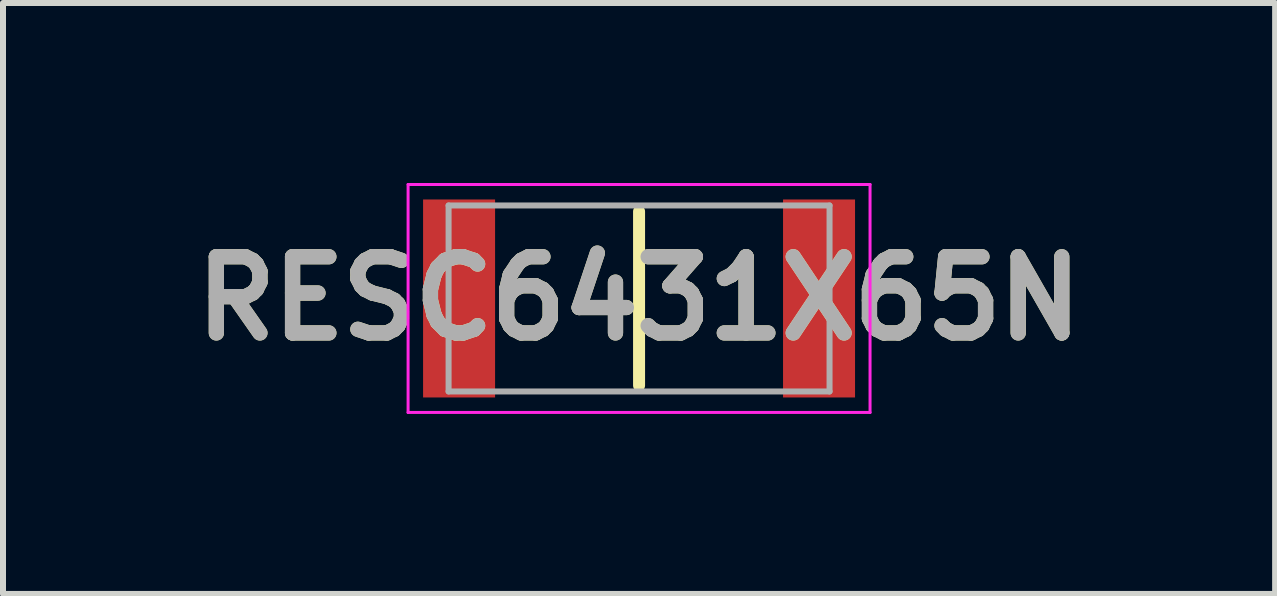
<source format=kicad_pcb>
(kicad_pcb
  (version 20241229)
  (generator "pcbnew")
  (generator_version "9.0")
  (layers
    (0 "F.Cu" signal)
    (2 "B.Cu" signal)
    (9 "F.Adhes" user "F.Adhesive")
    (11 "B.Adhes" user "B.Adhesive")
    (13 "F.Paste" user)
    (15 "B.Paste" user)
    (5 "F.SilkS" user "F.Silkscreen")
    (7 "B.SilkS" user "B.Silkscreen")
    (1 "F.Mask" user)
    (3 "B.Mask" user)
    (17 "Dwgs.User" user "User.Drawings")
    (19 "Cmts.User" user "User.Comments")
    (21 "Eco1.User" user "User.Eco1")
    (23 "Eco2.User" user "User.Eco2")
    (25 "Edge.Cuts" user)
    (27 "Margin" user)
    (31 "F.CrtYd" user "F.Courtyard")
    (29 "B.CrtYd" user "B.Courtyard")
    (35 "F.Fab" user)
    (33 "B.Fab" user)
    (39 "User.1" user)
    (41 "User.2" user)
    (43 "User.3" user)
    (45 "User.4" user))
  (footprint "RESC6431X65N"
    (layer "F.Cu")
    (at 7.602 1.925)
    (property "Reference" "RESC6431X65N" (at 0 0 0) (layer "F.SilkS") (effects (font (size 1.27 1.27) (thickness 0.254))))
    (attr smd)
    (fp_line (start 0 -1.45) (end 0 1.45) (stroke (width 0.2) (type solid)) (layer "F.SilkS"))
    (fp_line (start -3.85 -1.9) (end 3.85 -1.9) (stroke (width 0.05) (type solid)) (layer "F.CrtYd"))
    (fp_line (start -3.85 1.9) (end -3.85 -1.9) (stroke (width 0.05) (type solid)) (layer "F.CrtYd"))
    (fp_line (start 3.85 -1.9) (end 3.85 1.9) (stroke (width 0.05) (type solid)) (layer "F.CrtYd"))
    (fp_line (start 3.85 1.9) (end -3.85 1.9) (stroke (width 0.05) (type solid)) (layer "F.CrtYd"))
    (fp_line (start -3.175 -1.55) (end 3.175 -1.55) (stroke (width 0.1) (type solid)) (layer "F.Fab"))
    (fp_line (start -3.175 1.55) (end -3.175 -1.55) (stroke (width 0.1) (type solid)) (layer "F.Fab"))
    (fp_line (start 3.175 -1.55) (end 3.175 1.55) (stroke (width 0.1) (type solid)) (layer "F.Fab"))
    (fp_line (start 3.175 1.55) (end -3.175 1.55) (stroke (width 0.1) (type solid)) (layer "F.Fab"))
    (fp_text user "${REFERENCE}" (at 0 0 0) (layer "F.Fab") (effects (font (size 1.27 1.27) (thickness 0.254))))
    (pad "1" smd rect (at -3 0) (size 1.2 3.3) (layers "F.Cu" "F.Mask" "F.Paste"))
    (pad "2" smd rect (at 3 0) (size 1.2 3.3) (layers "F.Cu" "F.Mask" "F.Paste")))
  (gr_rect
    (start -3 -3)
    (end 18.204 6.85)
    (stroke (width 0.1) (type default))
    (fill no)
    (layer "Edge.Cuts")))
</source>
